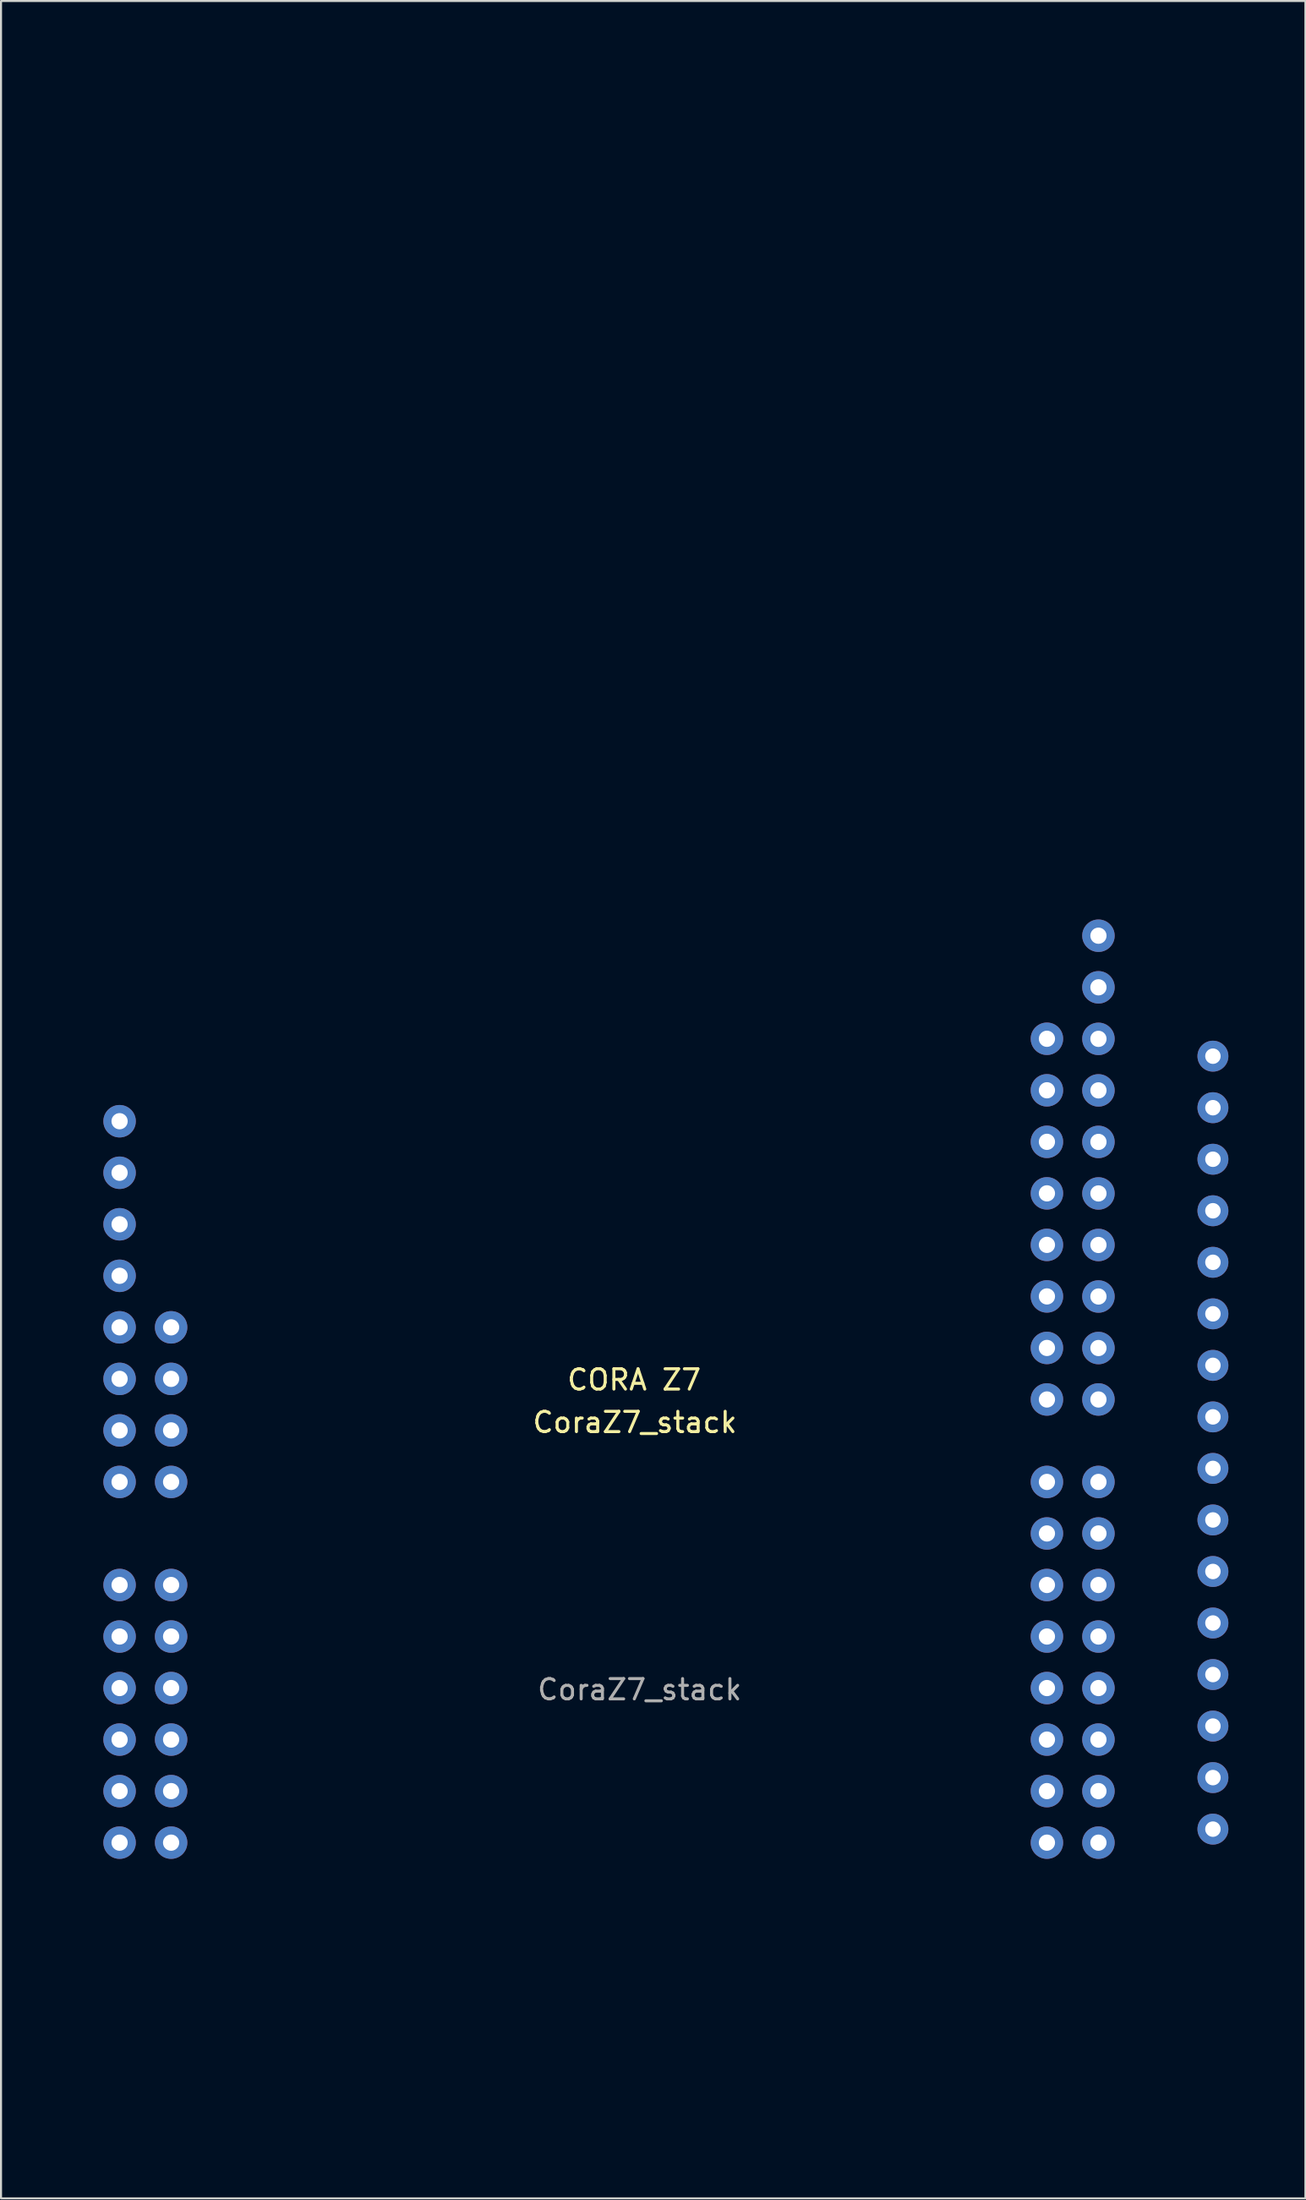
<source format=kicad_pcb>
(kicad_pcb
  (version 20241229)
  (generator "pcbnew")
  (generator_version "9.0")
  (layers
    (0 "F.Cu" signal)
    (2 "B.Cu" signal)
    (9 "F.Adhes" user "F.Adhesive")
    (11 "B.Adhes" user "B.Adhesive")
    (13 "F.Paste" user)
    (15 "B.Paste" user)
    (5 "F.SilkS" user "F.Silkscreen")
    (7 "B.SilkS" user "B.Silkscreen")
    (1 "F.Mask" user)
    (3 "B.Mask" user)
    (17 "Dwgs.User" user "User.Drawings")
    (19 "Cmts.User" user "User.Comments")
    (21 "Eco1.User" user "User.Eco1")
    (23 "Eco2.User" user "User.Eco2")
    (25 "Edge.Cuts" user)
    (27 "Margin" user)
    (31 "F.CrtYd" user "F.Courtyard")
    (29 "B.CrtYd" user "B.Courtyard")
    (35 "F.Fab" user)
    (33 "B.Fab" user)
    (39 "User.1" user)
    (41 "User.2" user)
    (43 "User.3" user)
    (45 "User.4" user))
  (footprint "CoraZ7_stack"
    (layer "F.Cu")
    (at 0.25 102.06)
    (property "Reference" "CoraZ7_stack" (at 28 -35 180) (layer "F.SilkS") (effects (font (size 1 1) (thickness 0.15))))
    (attr through_hole)
    (fp_line (start 0 -102) (end 58 -102) (stroke (width 0.12) (type solid)) (layer "User.1"))
    (fp_line (start 0 0) (end 0 -102) (stroke (width 0.12) (type solid)) (layer "User.1"))
    (fp_line (start 21 -102) (end 37 -102) (stroke (width 0.12) (type solid)) (layer "User.1"))
    (fp_line (start 21 -80) (end 21 -102) (stroke (width 0.12) (type solid)) (layer "User.1"))
    (fp_line (start 37 -102) (end 37 -80) (stroke (width 0.12) (type solid)) (layer "User.1"))
    (fp_line (start 37 -80) (end 21 -80) (stroke (width 0.12) (type solid)) (layer "User.1"))
    (fp_line (start 39 -102) (end 19 -102) (stroke (width 0.12) (type solid)) (layer "User.1"))
    (fp_line (start 58 -102) (end 58 0) (stroke (width 0.12) (type solid)) (layer "User.1"))
    (fp_line (start 58 0) (end 0 0) (stroke (width 0.12) (type solid)) (layer "User.1"))
    (fp_text user "CORA Z7" (at 27.966 -37.096 0) (layer "F.SilkS") (effects (font (size 1 1) (thickness 0.15))))
    (fp_text user "${REFERENCE}" (at 28.234 -21.826 180) (layer "F.Fab") (effects (font (size 1 1) (thickness 0.15))))
    (pad "1" thru_hole oval (at 50.856 -14.284) (size 1.6 1.6) (drill 0.8) (layers "*.Cu" "*.Mask"))
    (pad "2" thru_hole oval (at 50.856 -16.824) (size 1.6 1.6) (drill 0.8) (layers "*.Cu" "*.Mask"))
    (pad "3" thru_hole oval (at 50.856 -19.364) (size 1.6 1.6) (drill 0.8) (layers "*.Cu" "*.Mask"))
    (pad "4" thru_hole oval (at 50.856 -21.904) (size 1.6 1.6) (drill 0.8) (layers "*.Cu" "*.Mask"))
    (pad "5" thru_hole oval (at 50.856 -24.444) (size 1.6 1.6) (drill 0.8) (layers "*.Cu" "*.Mask"))
    (pad "6" thru_hole oval (at 50.856 -26.984) (size 1.6 1.6) (drill 0.8) (layers "*.Cu" "*.Mask"))
    (pad "7" thru_hole oval (at 50.856 -29.524) (size 1.6 1.6) (drill 0.8) (layers "*.Cu" "*.Mask"))
    (pad "8" thru_hole oval (at 50.856 -32.064) (size 1.6 1.6) (drill 0.8) (layers "*.Cu" "*.Mask"))
    (pad "9" thru_hole oval (at 50.856 -36.128) (size 1.6 1.6) (drill 0.8) (layers "*.Cu" "*.Mask"))
    (pad "10" thru_hole oval (at 50.856 -38.664) (size 1.6 1.6) (drill 0.8) (layers "*.Cu" "*.Mask"))
    (pad "11" thru_hole oval (at 50.856 -41.204) (size 1.6 1.6) (drill 0.8) (layers "*.Cu" "*.Mask"))
    (pad "12" thru_hole oval (at 50.856 -43.744) (size 1.6 1.6) (drill 0.8) (layers "*.Cu" "*.Mask"))
    (pad "13" thru_hole oval (at 50.856 -46.284) (size 1.6 1.6) (drill 0.8) (layers "*.Cu" "*.Mask"))
    (pad "14" thru_hole oval (at 50.856 -48.824) (size 1.6 1.6) (drill 0.8) (layers "*.Cu" "*.Mask"))
    (pad "15" thru_hole oval (at 50.856 -51.364) (size 1.6 1.6) (drill 0.8) (layers "*.Cu" "*.Mask"))
    (pad "16" thru_hole oval (at 50.856 -53.904) (size 1.6 1.6) (drill 0.8) (layers "*.Cu" "*.Mask"))
    (pad "17" thru_hole oval (at 50.856 -56.444) (size 1.6 1.6) (drill 0.8) (layers "*.Cu" "*.Mask"))
    (pad "18" thru_hole oval (at 50.856 -58.988) (size 1.6 1.6) (drill 0.8) (layers "*.Cu" "*.Mask"))
    (pad "19" thru_hole oval (at 48.316 -14.284) (size 1.6 1.6) (drill 0.8) (layers "*.Cu" "*.Mask"))
    (pad "20" thru_hole oval (at 48.316 -16.824) (size 1.6 1.6) (drill 0.8) (layers "*.Cu" "*.Mask"))
    (pad "21" thru_hole oval (at 48.316 -19.364) (size 1.6 1.6) (drill 0.8) (layers "*.Cu" "*.Mask"))
    (pad "22" thru_hole oval (at 48.316 -21.904) (size 1.6 1.6) (drill 0.8) (layers "*.Cu" "*.Mask"))
    (pad "23" thru_hole oval (at 48.316 -24.444) (size 1.6 1.6) (drill 0.8) (layers "*.Cu" "*.Mask"))
    (pad "24" thru_hole oval (at 48.316 -26.984) (size 1.6 1.6) (drill 0.8) (layers "*.Cu" "*.Mask"))
    (pad "25" thru_hole oval (at 48.316 -29.524) (size 1.6 1.6) (drill 0.8) (layers "*.Cu" "*.Mask"))
    (pad "26" thru_hole oval (at 48.316 -32.064) (size 1.6 1.6) (drill 0.8) (layers "*.Cu" "*.Mask"))
    (pad "27" thru_hole oval (at 48.316 -36.128) (size 1.6 1.6) (drill 0.8) (layers "*.Cu" "*.Mask"))
    (pad "28" thru_hole oval (at 48.316 -38.668) (size 1.6 1.6) (drill 0.8) (layers "*.Cu" "*.Mask"))
    (pad "29" thru_hole oval (at 48.316 -41.208) (size 1.6 1.6) (drill 0.8) (layers "*.Cu" "*.Mask"))
    (pad "30" thru_hole oval (at 48.316 -43.748) (size 1.6 1.6) (drill 0.8) (layers "*.Cu" "*.Mask"))
    (pad "31" thru_hole oval (at 48.316 -46.288) (size 1.6 1.6) (drill 0.8) (layers "*.Cu" "*.Mask"))
    (pad "32" thru_hole oval (at 48.316 -48.828) (size 1.6 1.6) (drill 0.8) (layers "*.Cu" "*.Mask"))
    (pad "33" thru_hole oval (at 48.316 -51.368) (size 1.6 1.6) (drill 0.8) (layers "*.Cu" "*.Mask"))
    (pad "34" thru_hole oval (at 48.316 -53.908) (size 1.6 1.6) (drill 0.8) (layers "*.Cu" "*.Mask"))
    (pad "35" thru_hole oval (at 5.136 -14.284) (size 1.6 1.6) (drill 0.8) (layers "*.Cu" "*.Mask"))
    (pad "36" thru_hole oval (at 5.136 -16.824) (size 1.6 1.6) (drill 0.8) (layers "*.Cu" "*.Mask"))
    (pad "37" thru_hole oval (at 5.136 -19.364) (size 1.6 1.6) (drill 0.8) (layers "*.Cu" "*.Mask"))
    (pad "38" thru_hole oval (at 5.136 -21.904) (size 1.6 1.6) (drill 0.8) (layers "*.Cu" "*.Mask"))
    (pad "39" thru_hole oval (at 5.136 -24.444) (size 1.6 1.6) (drill 0.8) (layers "*.Cu" "*.Mask"))
    (pad "40" thru_hole oval (at 5.136 -26.984) (size 1.6 1.6) (drill 0.8) (layers "*.Cu" "*.Mask"))
    (pad "41" thru_hole oval (at 5.136 -32.064) (size 1.6 1.6) (drill 0.8) (layers "*.Cu" "*.Mask"))
    (pad "42" thru_hole oval (at 5.136 -34.604) (size 1.6 1.6) (drill 0.8) (layers "*.Cu" "*.Mask"))
    (pad "43" thru_hole oval (at 5.136 -37.144) (size 1.6 1.6) (drill 0.8) (layers "*.Cu" "*.Mask"))
    (pad "44" thru_hole oval (at 5.136 -39.684) (size 1.6 1.6) (drill 0.8) (layers "*.Cu" "*.Mask"))
    (pad "45" thru_hole oval (at 2.596 -14.284) (size 1.6 1.6) (drill 0.8) (layers "*.Cu" "*.Mask"))
    (pad "46" thru_hole oval (at 2.596 -16.824) (size 1.6 1.6) (drill 0.8) (layers "*.Cu" "*.Mask"))
    (pad "47" thru_hole oval (at 2.596 -19.364) (size 1.6 1.6) (drill 0.8) (layers "*.Cu" "*.Mask"))
    (pad "48" thru_hole oval (at 2.596 -21.904) (size 1.6 1.6) (drill 0.8) (layers "*.Cu" "*.Mask"))
    (pad "49" thru_hole oval (at 2.596 -24.444) (size 1.6 1.6) (drill 0.8) (layers "*.Cu" "*.Mask"))
    (pad "50" thru_hole oval (at 2.596 -26.984) (size 1.6 1.6) (drill 0.8) (layers "*.Cu" "*.Mask"))
    (pad "51" thru_hole oval (at 2.596 -32.064) (size 1.6 1.6) (drill 0.8) (layers "*.Cu" "*.Mask"))
    (pad "52" thru_hole oval (at 2.596 -34.604) (size 1.6 1.6) (drill 0.8) (layers "*.Cu" "*.Mask"))
    (pad "53" thru_hole oval (at 2.596 -37.144) (size 1.6 1.6) (drill 0.8) (layers "*.Cu" "*.Mask"))
    (pad "54" thru_hole oval (at 2.596 -39.684) (size 1.6 1.6) (drill 0.8) (layers "*.Cu" "*.Mask"))
    (pad "55" thru_hole oval (at 2.596 -42.224) (size 1.6 1.6) (drill 0.8) (layers "*.Cu" "*.Mask"))
    (pad "56" thru_hole oval (at 2.596 -44.764) (size 1.6 1.6) (drill 0.8) (layers "*.Cu" "*.Mask"))
    (pad "57" thru_hole oval (at 2.596 -47.304) (size 1.6 1.6) (drill 0.8) (layers "*.Cu" "*.Mask"))
    (pad "58" thru_hole oval (at 2.596 -49.844) (size 1.6 1.6) (drill 0.8) (layers "*.Cu" "*.Mask"))
    (pad "59" thru_hole circle (at 56.5 -14.95) (size 1.524 1.524) (drill 0.762) (layers "*.Cu" "*.Mask"))
    (pad "60" thru_hole circle (at 56.5 -17.49) (size 1.524 1.524) (drill 0.762) (layers "*.Cu" "*.Mask"))
    (pad "61" thru_hole circle (at 56.5 -20.03) (size 1.524 1.524) (drill 0.762) (layers "*.Cu" "*.Mask"))
    (pad "62" thru_hole circle (at 56.5 -22.57) (size 1.524 1.524) (drill 0.762) (layers "*.Cu" "*.Mask"))
    (pad "63" thru_hole circle (at 56.5 -25.11) (size 1.524 1.524) (drill 0.762) (layers "*.Cu" "*.Mask"))
    (pad "64" thru_hole circle (at 56.5 -27.65) (size 1.524 1.524) (drill 0.762) (layers "*.Cu" "*.Mask"))
    (pad "65" thru_hole circle (at 56.5 -30.19) (size 1.524 1.524) (drill 0.762) (layers "*.Cu" "*.Mask"))
    (pad "66" thru_hole circle (at 56.5 -32.73) (size 1.524 1.524) (drill 0.762) (layers "*.Cu" "*.Mask"))
    (pad "67" thru_hole circle (at 56.5 -35.27) (size 1.524 1.524) (drill 0.762) (layers "*.Cu" "*.Mask"))
    (pad "68" thru_hole circle (at 56.5 -37.81) (size 1.524 1.524) (drill 0.762) (layers "*.Cu" "*.Mask"))
    (pad "69" thru_hole circle (at 56.5 -40.35) (size 1.524 1.524) (drill 0.762) (layers "*.Cu" "*.Mask"))
    (pad "70" thru_hole circle (at 56.5 -42.89) (size 1.524 1.524) (drill 0.762) (layers "*.Cu" "*.Mask"))
    (pad "71" thru_hole circle (at 56.5 -45.43) (size 1.524 1.524) (drill 0.762) (layers "*.Cu" "*.Mask"))
    (pad "72" thru_hole circle (at 56.5 -47.97) (size 1.524 1.524) (drill 0.762) (layers "*.Cu" "*.Mask"))
    (pad "73" thru_hole circle (at 56.5 -50.51) (size 1.524 1.524) (drill 0.762) (layers "*.Cu" "*.Mask"))
    (pad "74" thru_hole circle (at 56.5 -53.05) (size 1.524 1.524) (drill 0.762) (layers "*.Cu" "*.Mask")))
  (gr_rect
    (start -3 -3)
    (end 61.31 105.31)
    (stroke (width 0.1) (type default))
    (fill no)
    (layer "Edge.Cuts")))
</source>
